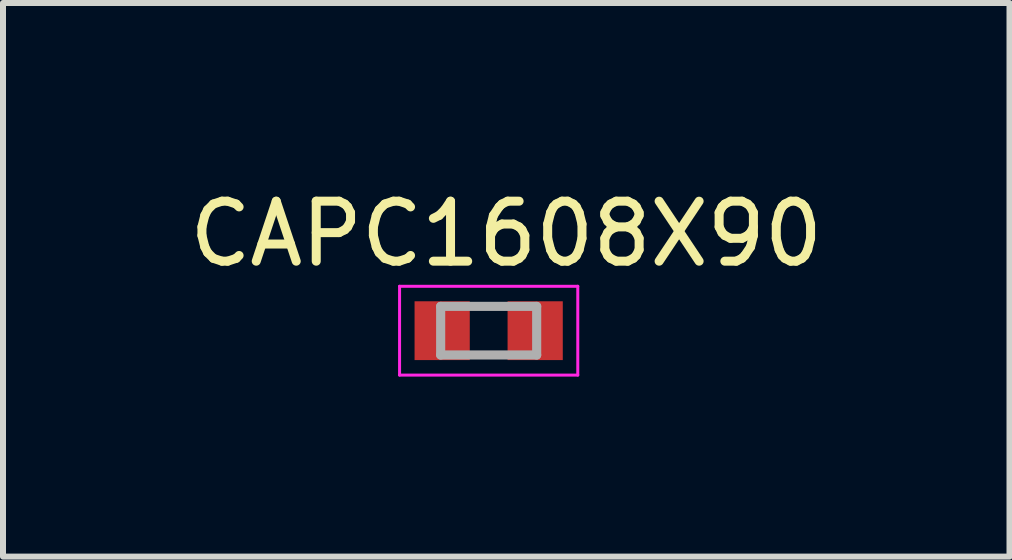
<source format=kicad_pcb>
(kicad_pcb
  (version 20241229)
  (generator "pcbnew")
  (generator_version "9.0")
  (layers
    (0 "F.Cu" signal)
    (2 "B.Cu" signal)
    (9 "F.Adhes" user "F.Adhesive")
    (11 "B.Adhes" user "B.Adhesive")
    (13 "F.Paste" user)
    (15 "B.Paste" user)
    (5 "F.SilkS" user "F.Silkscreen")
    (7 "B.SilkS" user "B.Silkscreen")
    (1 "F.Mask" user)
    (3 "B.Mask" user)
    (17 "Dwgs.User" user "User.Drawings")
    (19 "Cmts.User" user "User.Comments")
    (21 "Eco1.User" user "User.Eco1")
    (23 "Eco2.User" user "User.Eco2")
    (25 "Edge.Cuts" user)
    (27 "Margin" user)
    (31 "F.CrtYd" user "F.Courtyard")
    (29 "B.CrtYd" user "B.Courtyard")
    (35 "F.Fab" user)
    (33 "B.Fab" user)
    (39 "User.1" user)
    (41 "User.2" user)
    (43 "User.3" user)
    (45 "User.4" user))
  (footprint "CAPC1608X90"
    (layer "F.Cu")
    (at 5.094 2.461)
    (property "Reference" "CAPC1608X90" (at 0.293 -1.613 0) (layer "F.SilkS") (effects (font (size 1 1) (thickness 0.15))))
    (attr through_hole)
    (fp_line (start -1.485 -0.74) (end -1.485 0.74) (stroke (width 0.05) (type solid)) (layer "F.CrtYd"))
    (fp_line (start -1.485 0.74) (end 1.485 0.74) (stroke (width 0.05) (type solid)) (layer "F.CrtYd"))
    (fp_line (start 1.485 -0.74) (end -1.485 -0.74) (stroke (width 0.05) (type solid)) (layer "F.CrtYd"))
    (fp_line (start 1.485 0.74) (end 1.485 -0.74) (stroke (width 0.05) (type solid)) (layer "F.CrtYd"))
    (fp_line (start -0.8 -0.405) (end 0.8 -0.405) (stroke (width 0.152) (type solid)) (layer "F.Fab"))
    (fp_line (start -0.8 0.405) (end -0.8 -0.405) (stroke (width 0.152) (type solid)) (layer "F.Fab"))
    (fp_line (start 0.8 -0.405) (end 0.8 0.405) (stroke (width 0.152) (type solid)) (layer "F.Fab"))
    (fp_line (start 0.8 0.405) (end -0.8 0.405) (stroke (width 0.152) (type solid)) (layer "F.Fab"))
    (pad "1" smd rect (at -0.775 0) (size 0.92 0.98) (layers "F.Cu" "F.Mask" "F.Paste"))
    (pad "2" smd rect (at 0.775 0) (size 0.92 0.98) (layers "F.Cu" "F.Mask" "F.Paste")))
  (gr_rect
    (start -3 -3)
    (end 13.774 6.226)
    (stroke (width 0.1) (type default))
    (fill no)
    (layer "Edge.Cuts")))
</source>
